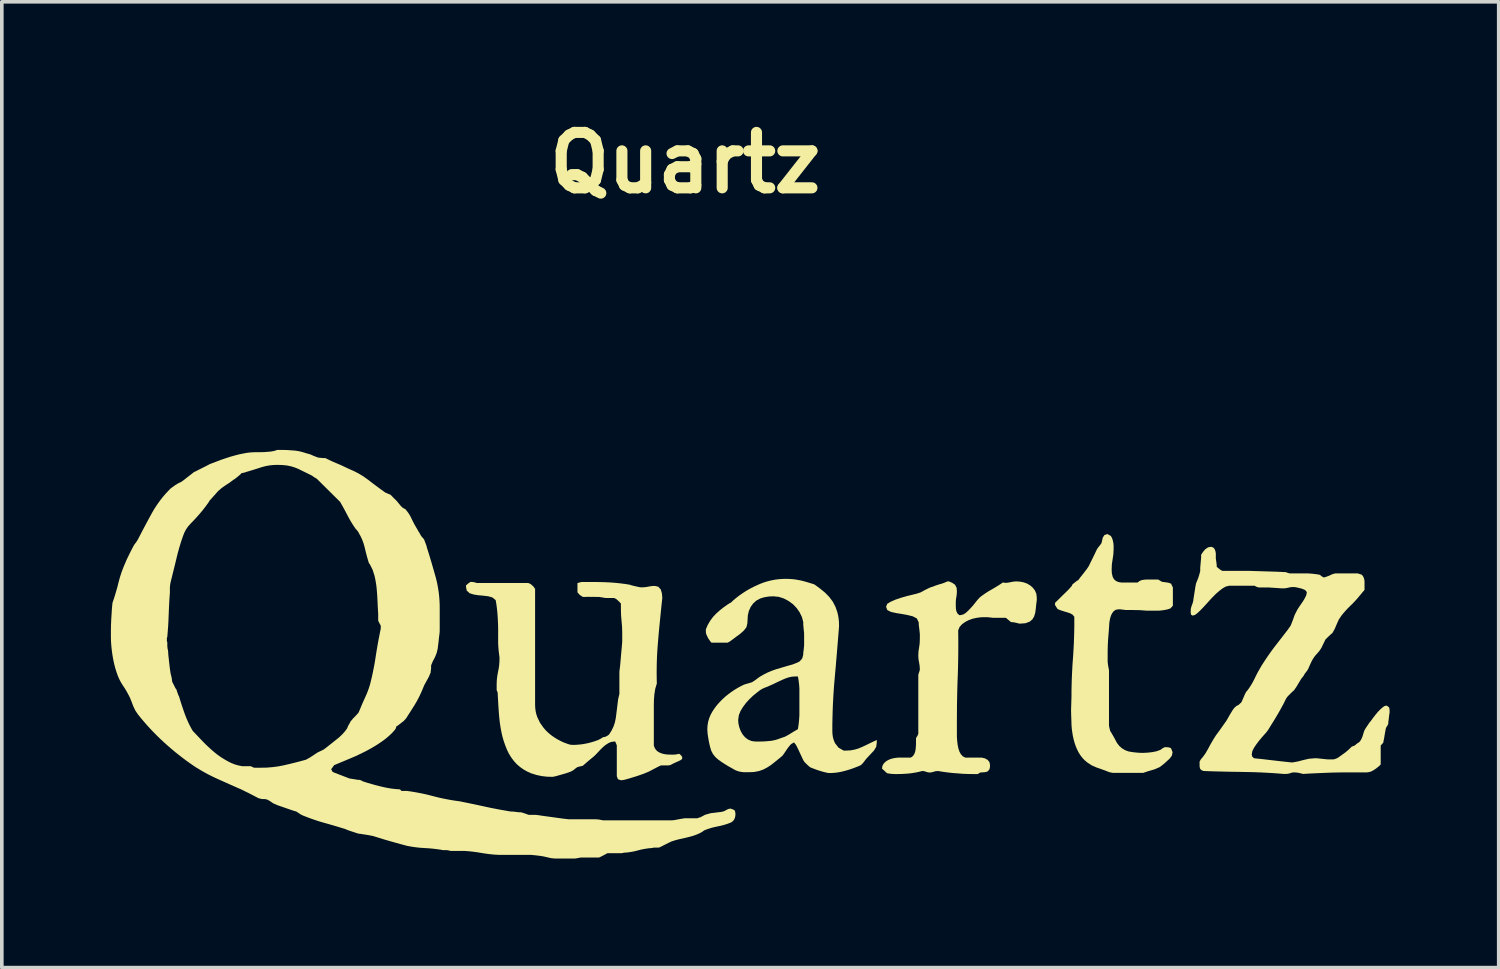
<source format=kicad_pcb>
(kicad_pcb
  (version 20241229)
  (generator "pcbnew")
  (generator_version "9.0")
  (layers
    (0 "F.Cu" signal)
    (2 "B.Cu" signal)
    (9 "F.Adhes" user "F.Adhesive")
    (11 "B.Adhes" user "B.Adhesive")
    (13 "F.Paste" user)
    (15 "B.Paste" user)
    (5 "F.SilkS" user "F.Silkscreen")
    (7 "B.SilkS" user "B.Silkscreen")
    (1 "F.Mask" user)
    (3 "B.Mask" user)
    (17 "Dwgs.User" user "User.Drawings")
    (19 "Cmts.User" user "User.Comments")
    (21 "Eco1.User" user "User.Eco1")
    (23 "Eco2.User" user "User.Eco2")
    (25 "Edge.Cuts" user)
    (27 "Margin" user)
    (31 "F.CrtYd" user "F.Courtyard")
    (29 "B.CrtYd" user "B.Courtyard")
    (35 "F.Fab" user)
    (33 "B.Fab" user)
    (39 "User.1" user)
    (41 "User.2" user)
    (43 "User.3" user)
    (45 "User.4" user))
  (footprint "Quartz"
    (layer "F.Cu")
    (at 15.794 17.286)
    (property "Reference" "Quartz" (at 0 -15.86 0) (layer "F.SilkS") (effects (font (size 1.524 1.524) (thickness 0.305))))
    (attr exclude_from_pos_files exclude_from_bom)
    (fp_poly (pts (xy 10.622 -1.2) (xy 10.622 -1.345) (xy 10.625 -1.49) (xy 10.629 -1.636) (xy 10.635 -1.781) (xy 10.642 -1.926) (xy 10.65 -2.071) (xy 10.661 -2.216) (xy 10.671 -2.361) (xy 10.679 -2.507) (xy 10.687 -2.653) (xy 10.692 -2.799) (xy 10.696 -2.947) (xy 10.699 -3.096) (xy 10.699 -3.246) (xy 10.699 -3.376) (xy 10.648 -3.436) (xy 10.578 -3.473) (xy 10.49 -3.501) (xy 10.398 -3.529) (xy 10.317 -3.555) (xy 10.239 -3.588) (xy 10.169 -3.698) (xy 10.169 -3.757) (xy 10.251 -3.838) (xy 10.374 -3.96) (xy 10.5 -4.082) (xy 10.542 -4.124) (xy 10.581 -4.169) (xy 10.625 -4.216) (xy 10.652 -4.27) (xy 10.679 -4.291) (xy 10.699 -4.306) (xy 10.747 -4.346) (xy 10.813 -4.389) (xy 10.865 -4.46) (xy 10.943 -4.558) (xy 11.018 -4.655) (xy 11.041 -4.684) (xy 11.062 -4.716) (xy 11.094 -4.763) (xy 11.119 -4.814) (xy 11.16 -4.897) (xy 11.202 -4.983) (xy 11.244 -5.068) (xy 11.284 -5.152) (xy 11.306 -5.2) (xy 11.331 -5.246) (xy 11.355 -5.28) (xy 11.382 -5.313) (xy 11.419 -5.361) (xy 11.432 -5.377) (xy 11.443 -5.395) (xy 11.455 -5.434) (xy 11.465 -5.474) (xy 11.473 -5.516) (xy 11.485 -5.557) (xy 11.528 -5.623) (xy 11.61 -5.65) (xy 11.705 -5.596) (xy 11.738 -5.536) (xy 11.759 -5.471) (xy 11.773 -5.402) (xy 11.78 -5.332) (xy 11.78 -5.234) (xy 11.773 -5.094) (xy 11.753 -4.956) (xy 11.732 -4.819) (xy 11.726 -4.68) (xy 11.731 -4.573) (xy 11.756 -4.468) (xy 11.792 -4.406) (xy 11.846 -4.358) (xy 11.92 -4.328) (xy 12 -4.316) (xy 12.102 -4.316) (xy 12.22 -4.316) (xy 12.44 -4.316) (xy 12.493 -4.359) (xy 12.557 -4.384) (xy 12.624 -4.395) (xy 12.691 -4.399) (xy 13.006 -4.399) (xy 13.111 -4.336) (xy 13.245 -4.319) (xy 13.303 -4.307) (xy 13.36 -4.285) (xy 13.41 -4.179) (xy 13.41 -3.679) (xy 13.343 -3.605) (xy 13.265 -3.579) (xy 13.185 -3.562) (xy 13.101 -3.55) (xy 13.016 -3.542) (xy 12.913 -3.542) (xy 12.818 -3.542) (xy 12.701 -3.542) (xy 12.501 -3.557) (xy 12.295 -3.561) (xy 12.185 -3.561) (xy 12.146 -3.561) (xy 12.107 -3.561) (xy 12.071 -3.567) (xy 12.036 -3.571) (xy 11.964 -3.579) (xy 11.925 -3.579) (xy 11.907 -3.579) (xy 11.839 -3.567) (xy 11.782 -3.529) (xy 11.739 -3.471) (xy 11.707 -3.407) (xy 11.685 -3.334) (xy 11.67 -3.259) (xy 11.661 -3.199) (xy 11.658 -3.137) (xy 11.647 -2.98) (xy 11.636 -2.844) (xy 11.627 -2.724) (xy 11.621 -2.606) (xy 11.617 -2.478) (xy 11.616 -2.34) (xy 11.616 -2.228) (xy 11.616 -2.132) (xy 11.631 -2.018) (xy 11.653 -1.906) (xy 11.653 -0.382) (xy 11.658 -0.349) (xy 11.666 -0.316) (xy 11.675 -0.281) (xy 11.682 -0.245) (xy 11.724 -0.174) (xy 11.783 -0.072) (xy 11.837 0.027) (xy 11.854 0.061) (xy 11.873 0.094) (xy 11.934 0.175) (xy 12.01 0.242) (xy 12.097 0.294) (xy 12.193 0.329) (xy 12.292 0.346) (xy 12.392 0.358) (xy 12.492 0.366) (xy 12.593 0.368) (xy 12.712 0.362) (xy 12.831 0.349) (xy 12.952 0.326) (xy 13.068 0.285) (xy 13.096 0.263) (xy 13.126 0.243) (xy 13.182 0.212) (xy 13.209 0.212) (xy 13.248 0.212) (xy 13.305 0.218) (xy 13.358 0.239) (xy 13.402 0.349) (xy 13.383 0.442) (xy 13.328 0.519) (xy 13.182 0.654) (xy 13.052 0.757) (xy 12.899 0.823) (xy 12.745 0.867) (xy 12.593 0.918) (xy 11.771 0.918) (xy 11.736 0.914) (xy 11.7 0.906) (xy 11.654 0.896) (xy 11.61 0.878) (xy 11.449 0.818) (xy 11.309 0.769) (xy 11.173 0.709) (xy 11.05 0.627) (xy 10.98 0.567) (xy 10.917 0.5) (xy 10.861 0.426) (xy 10.813 0.348) (xy 10.771 0.262) (xy 10.734 0.173) (xy 10.704 0.083) (xy 10.679 -0.01) (xy 10.658 -0.108) (xy 10.642 -0.207) (xy 10.629 -0.306) (xy 10.622 -0.406) (xy 10.618 -0.541) (xy 10.613 -0.674) (xy 10.61 -0.802) (xy 10.622 -1.2)) (stroke (width 0) (type solid)) (fill yes) (layer "F.SilkS"))
    (fp_poly (pts (xy 5.411 0.8) (xy 5.422 0.725) (xy 5.459 0.659) (xy 5.512 0.608) (xy 5.574 0.568) (xy 5.645 0.537) (xy 5.719 0.517) (xy 5.791 0.505) (xy 5.863 0.497) (xy 6.202 0.497) (xy 6.258 0.459) (xy 6.297 0.403) (xy 6.323 0.336) (xy 6.336 0.265) (xy 6.343 0.185) (xy 6.346 0.105) (xy 6.346 -0.033) (xy 6.358 -0.057) (xy 6.37 -0.081) (xy 6.388 -0.105) (xy 6.409 -0.159) (xy 6.41 -0.186) (xy 6.409 -0.213) (xy 6.409 -1.773) (xy 6.417 -1.811) (xy 6.431 -1.849) (xy 6.443 -1.885) (xy 6.451 -1.922) (xy 6.451 -1.945) (xy 6.445 -2.03) (xy 6.431 -2.115) (xy 6.414 -2.21) (xy 6.409 -2.306) (xy 6.414 -2.418) (xy 6.431 -2.529) (xy 6.446 -2.637) (xy 6.451 -2.746) (xy 6.451 -2.805) (xy 6.452 -2.855) (xy 6.451 -2.904) (xy 6.437 -3.034) (xy 6.422 -3.154) (xy 6.421 -3.186) (xy 6.422 -3.217) (xy 6.37 -3.328) (xy 6.261 -3.386) (xy 6.109 -3.424) (xy 5.955 -3.452) (xy 5.806 -3.476) (xy 5.658 -3.508) (xy 5.557 -3.559) (xy 5.523 -3.649) (xy 5.554 -3.73) (xy 5.648 -3.788) (xy 5.789 -3.849) (xy 5.934 -3.898) (xy 6.093 -3.943) (xy 6.249 -3.982) (xy 6.358 -4.008) (xy 6.464 -4.042) (xy 6.519 -4.07) (xy 6.562 -4.095) (xy 6.607 -4.118) (xy 6.7 -4.164) (xy 6.762 -4.191) (xy 6.806 -4.202) (xy 6.896 -4.238) (xy 6.981 -4.265) (xy 7.005 -4.273) (xy 7.03 -4.277) (xy 7.115 -4.307) (xy 7.174 -4.331) (xy 7.192 -4.339) (xy 7.21 -4.348) (xy 7.25 -4.348) (xy 7.339 -4.31) (xy 7.419 -4.257) (xy 7.464 -4.168) (xy 7.47 -4.069) (xy 7.466 -3.993) (xy 7.455 -3.918) (xy 7.444 -3.848) (xy 7.44 -3.777) (xy 7.44 -3.671) (xy 7.443 -3.6) (xy 7.455 -3.53) (xy 7.485 -3.468) (xy 7.535 -3.42) (xy 7.565 -3.42) (xy 7.643 -3.437) (xy 7.711 -3.479) (xy 7.786 -3.547) (xy 7.856 -3.62) (xy 7.926 -3.7) (xy 7.99 -3.781) (xy 8.043 -3.846) (xy 8.1 -3.908) (xy 8.174 -3.965) (xy 8.251 -4.018) (xy 8.329 -4.069) (xy 8.41 -4.116) (xy 8.518 -4.179) (xy 8.627 -4.246) (xy 8.737 -4.319) (xy 8.798 -4.307) (xy 8.875 -4.313) (xy 8.952 -4.328) (xy 9.028 -4.342) (xy 9.106 -4.348) (xy 9.205 -4.341) (xy 9.302 -4.323) (xy 9.398 -4.289) (xy 9.485 -4.238) (xy 9.558 -4.175) (xy 9.616 -4.099) (xy 9.655 -4.007) (xy 9.667 -3.908) (xy 9.667 -3.832) (xy 9.651 -3.706) (xy 9.639 -3.589) (xy 9.625 -3.485) (xy 9.595 -3.385) (xy 9.547 -3.304) (xy 9.475 -3.242) (xy 9.355 -3.197) (xy 9.226 -3.188) (xy 9.179 -3.188) (xy 9.125 -3.203) (xy 9.054 -3.219) (xy 8.991 -3.227) (xy 8.957 -3.227) (xy 8.932 -3.251) (xy 8.886 -3.288) (xy 8.842 -3.327) (xy 8.815 -3.346) (xy 8.505 -3.346) (xy 8.464 -3.346) (xy 8.383 -3.356) (xy 8.3 -3.364) (xy 8.256 -3.364) (xy 8.22 -3.364) (xy 8.12 -3.36) (xy 8.021 -3.347) (xy 7.909 -3.323) (xy 7.802 -3.285) (xy 7.703 -3.235) (xy 7.613 -3.171) (xy 7.545 -3.096) (xy 7.506 -3.002) (xy 7.508 -2.844) (xy 7.509 -2.687) (xy 7.509 -2.53) (xy 7.508 -2.373) (xy 7.506 -2.216) (xy 7.503 -2.06) (xy 7.499 -1.903) (xy 7.494 -1.747) (xy 7.488 -1.591) (xy 7.483 -1.434) (xy 7.479 -1.277) (xy 7.476 -1.12) (xy 7.473 -0.963) (xy 7.472 -0.806) (xy 7.471 -0.648) (xy 7.47 -0.491) (xy 7.47 -0.35) (xy 7.47 -0.26) (xy 7.47 -0.164) (xy 7.471 -0.061) (xy 7.479 0.046) (xy 7.491 0.146) (xy 7.511 0.244) (xy 7.538 0.328) (xy 7.58 0.405) (xy 7.633 0.463) (xy 7.702 0.498) (xy 7.745 0.499) (xy 7.789 0.498) (xy 7.927 0.498) (xy 8.065 0.498) (xy 8.106 0.499) (xy 8.148 0.498) (xy 8.237 0.517) (xy 8.317 0.561) (xy 8.366 0.623) (xy 8.381 0.7) (xy 8.379 0.763) (xy 8.364 0.825) (xy 8.31 0.881) (xy 8.268 0.894) (xy 8.224 0.9) (xy 8.114 0.908) (xy 8.093 0.919) (xy 8.073 0.932) (xy 8.058 0.942) (xy 8.043 0.95) (xy 8.019 0.95) (xy 7.896 0.95) (xy 7.767 0.948) (xy 7.633 0.943) (xy 7.496 0.932) (xy 7.36 0.922) (xy 7.224 0.907) (xy 7.089 0.889) (xy 6.954 0.867) (xy 6.942 0.867) (xy 6.884 0.872) (xy 6.829 0.888) (xy 6.776 0.903) (xy 6.722 0.908) (xy 6.672 0.903) (xy 6.624 0.888) (xy 6.578 0.873) (xy 6.53 0.867) (xy 6.514 0.867) (xy 6.43 0.889) (xy 6.346 0.906) (xy 6.26 0.921) (xy 6.175 0.932) (xy 6.09 0.94) (xy 6.006 0.945) (xy 5.921 0.949) (xy 5.836 0.95) (xy 5.752 0.95) (xy 5.65 0.944) (xy 5.55 0.927) (xy 5.411 0.8)) (stroke (width 0) (type solid)) (fill yes) (layer "F.SilkS"))
    (fp_poly (pts (xy -1.882 1.011) (xy -1.882 0.276) (xy -1.882 0.229) (xy -1.882 0.163) (xy -1.894 0.129) (xy -1.909 0.097) (xy -1.924 0.056) (xy -1.953 0.056) (xy -2.037 0.067) (xy -2.114 0.1) (xy -2.192 0.151) (xy -2.263 0.21) (xy -2.332 0.278) (xy -2.397 0.348) (xy -2.454 0.408) (xy -2.514 0.466) (xy -2.585 0.524) (xy -2.68 0.603) (xy -2.766 0.678) (xy -2.788 0.697) (xy -2.81 0.717) (xy -2.84 0.729) (xy -2.891 0.74) (xy -2.959 0.757) (xy -3 0.782) (xy -3.037 0.812) (xy -3.074 0.841) (xy -3.115 0.866) (xy -3.16 0.887) (xy -3.206 0.905) (xy -3.286 0.931) (xy -3.376 0.957) (xy -3.464 0.982) (xy -3.545 1.005) (xy -3.597 1.018) (xy -3.65 1.027) (xy -3.799 1.023) (xy -3.947 1.006) (xy -4.093 0.975) (xy -4.236 0.93) (xy -4.346 0.881) (xy -4.45 0.822) (xy -4.548 0.752) (xy -4.639 0.673) (xy -4.718 0.584) (xy -4.789 0.488) (xy -4.851 0.387) (xy -4.903 0.28) (xy -4.95 0.162) (xy -4.992 0.042) (xy -5.027 -0.079) (xy -5.055 -0.203) (xy -5.08 -0.337) (xy -5.1 -0.472) (xy -5.115 -0.607) (xy -5.126 -0.743) (xy -5.136 -0.882) (xy -5.144 -1.021) (xy -5.152 -1.159) (xy -5.159 -1.295) (xy -5.176 -1.33) (xy -5.186 -1.368) (xy -5.186 -1.444) (xy -5.186 -1.529) (xy -5.183 -1.614) (xy -5.175 -1.699) (xy -5.163 -1.784) (xy -5.147 -1.867) (xy -5.13 -1.951) (xy -5.118 -2.036) (xy -5.111 -2.121) (xy -5.108 -2.206) (xy -5.108 -2.238) (xy -5.108 -2.26) (xy -5.121 -2.356) (xy -5.132 -2.453) (xy -5.14 -2.549) (xy -5.145 -2.646) (xy -5.145 -2.777) (xy -5.145 -2.908) (xy -5.145 -3.039) (xy -5.148 -3.17) (xy -5.154 -3.302) (xy -5.162 -3.435) (xy -5.171 -3.535) (xy -5.182 -3.634) (xy -5.196 -3.733) (xy -5.213 -3.832) (xy -5.303 -3.906) (xy -5.416 -3.938) (xy -5.553 -3.955) (xy -5.69 -3.967) (xy -5.811 -3.986) (xy -5.927 -4.021) (xy -6.009 -4.094) (xy -6.029 -4.201) (xy -6.029 -4.238) (xy -6.001 -4.261) (xy -5.975 -4.285) (xy -5.91 -4.333) (xy -5.875 -4.333) (xy -5.837 -4.33) (xy -5.8 -4.324) (xy -5.731 -4.304) (xy -4.32 -4.304) (xy -4.281 -4.289) (xy -4.243 -4.268) (xy -4.208 -4.238) (xy -4.175 -4.206) (xy -4.129 -4.143) (xy -4.129 -0.951) (xy -4.125 -0.865) (xy -4.114 -0.779) (xy -4.095 -0.695) (xy -4.068 -0.613) (xy -3.995 -0.462) (xy -3.899 -0.325) (xy -3.843 -0.26) (xy -3.783 -0.2) (xy -3.719 -0.144) (xy -3.652 -0.093) (xy -3.58 -0.045) (xy -3.506 -0.000183) (xy -3.43 0.04) (xy -3.352 0.077) (xy -3.235 0.121) (xy -3.175 0.14) (xy -3.113 0.148) (xy -3.023 0.147) (xy -2.934 0.141) (xy -2.844 0.132) (xy -2.756 0.117) (xy -2.664 0.098) (xy -2.573 0.074) (xy -2.483 0.046) (xy -2.395 0.014) (xy -2.324 -0.022) (xy -2.258 -0.064) (xy -2.225 -0.068) (xy -2.192 -0.076) (xy -2.139 -0.105) (xy -2.121 -0.116) (xy -2.109 -0.127) (xy -2.097 -0.135) (xy -2.029 -0.24) (xy -1.974 -0.353) (xy -1.934 -0.471) (xy -1.909 -0.594) (xy -1.893 -0.721) (xy -1.877 -0.848) (xy -1.862 -0.975) (xy -1.846 -1.102) (xy -1.837 -1.145) (xy -1.826 -1.188) (xy -1.811 -1.251) (xy -1.81 -1.271) (xy -1.811 -1.292) (xy -1.811 -1.867) (xy -1.792 -2.021) (xy -1.78 -2.147) (xy -1.769 -2.281) (xy -1.757 -2.414) (xy -1.745 -2.54) (xy -1.733 -2.689) (xy -1.733 -2.944) (xy -1.738 -3.104) (xy -1.752 -3.263) (xy -1.765 -3.419) (xy -1.769 -3.576) (xy -1.769 -3.65) (xy -1.77 -3.694) (xy -1.769 -3.737) (xy -1.811 -3.784) (xy -1.857 -3.828) (xy -1.903 -3.867) (xy -1.958 -3.891) (xy -2.178 -3.891) (xy -2.229 -3.897) (xy -2.28 -3.906) (xy -2.37 -3.921) (xy -2.458 -3.921) (xy -2.526 -3.923) (xy -2.595 -3.921) (xy -2.663 -3.924) (xy -2.732 -3.921) (xy -2.815 -3.921) (xy -2.859 -3.947) (xy -2.901 -3.976) (xy -2.964 -4.047) (xy -2.964 -4.302) (xy -2.857 -4.331) (xy -2.744 -4.331) (xy -2.595 -4.331) (xy -2.465 -4.331) (xy -2.33 -4.329) (xy -2.193 -4.325) (xy -2.056 -4.318) (xy -1.921 -4.308) (xy -1.786 -4.294) (xy -1.652 -4.277) (xy -1.518 -4.255) (xy -1.49 -4.244) (xy -1.462 -4.236) (xy -1.366 -4.213) (xy -1.271 -4.192) (xy -1.243 -4.187) (xy -1.215 -4.184) (xy -1.196 -4.184) (xy -1.103 -4.189) (xy -1.012 -4.204) (xy -0.927 -4.219) (xy -0.842 -4.224) (xy -0.742 -4.202) (xy -0.673 -4.126) (xy -0.642 -4.02) (xy -0.632 -3.91) (xy -0.632 -3.879) (xy -0.651 -3.708) (xy -0.668 -3.539) (xy -0.685 -3.371) (xy -0.702 -3.204) (xy -0.718 -3.039) (xy -0.733 -2.875) (xy -0.747 -2.712) (xy -0.759 -2.566) (xy -0.769 -2.42) (xy -0.777 -2.273) (xy -0.782 -2.127) (xy -0.785 -1.98) (xy -0.786 -1.834) (xy -0.785 -1.687) (xy -0.781 -1.541) (xy -0.825 -1.394) (xy -0.849 -1.243) (xy -0.861 -1.085) (xy -0.864 -0.921) (xy -0.864 -0.777) (xy -0.864 -0.65) (xy -0.864 -0.522) (xy -0.864 -0.403) (xy -0.864 0.165) (xy -0.841 0.231) (xy -0.802 0.29) (xy -0.753 0.333) (xy -0.697 0.364) (xy -0.634 0.388) (xy -0.57 0.403) (xy -0.503 0.412) (xy -0.436 0.415) (xy -0.361 0.417) (xy -0.287 0.415) (xy -0.226 0.406) (xy -0.167 0.393) (xy -0.142 0.411) (xy -0.119 0.432) (xy -0.1 0.457) (xy -0.084 0.483) (xy -0.083 0.504) (xy -0.084 0.525) (xy -0.106 0.554) (xy -0.136 0.572) (xy -0.168 0.588) (xy -0.26 0.629) (xy -0.35 0.671) (xy -0.409 0.703) (xy -0.46 0.712) (xy -0.543 0.712) (xy -0.624 0.712) (xy -0.664 0.712) (xy -0.7 0.727) (xy -0.736 0.744) (xy -0.856 0.806) (xy -0.974 0.869) (xy -1.01 0.886) (xy -1.045 0.901) (xy -1.121 0.933) (xy -1.198 0.961) (xy -1.304 0.998) (xy -1.415 1.033) (xy -1.626 1.096) (xy -1.696 1.113) (xy -1.767 1.121) (xy -1.85 1.093) (xy -1.882 1.011)) (stroke (width 0) (type solid)) (fill yes) (layer "F.SilkS"))
    (fp_poly (pts (xy 0.607 -0.284) (xy 1.454 -0.547) (xy 1.463 -0.438) (xy 1.488 -0.331) (xy 1.526 -0.231) (xy 1.579 -0.138) (xy 1.646 -0.06) (xy 1.728 0.002) (xy 1.829 0.044) (xy 1.936 0.056) (xy 2.052 0.056) (xy 2.169 0.053) (xy 2.285 0.044) (xy 2.37 0.035) (xy 2.454 0.019) (xy 2.536 -0.004) (xy 2.615 -0.033) (xy 2.745 -0.078) (xy 2.864 -0.144) (xy 2.98 -0.216) (xy 3.098 -0.284) (xy 3.113 -0.38) (xy 3.125 -0.476) (xy 3.133 -0.573) (xy 3.139 -0.67) (xy 3.139 -0.786) (xy 3.139 -0.912) (xy 3.139 -1.046) (xy 3.139 -1.175) (xy 3.139 -1.288) (xy 3.139 -1.395) (xy 3.134 -1.48) (xy 3.125 -1.565) (xy 3.113 -1.65) (xy 3.098 -1.734) (xy 3.025 -1.734) (xy 2.93 -1.727) (xy 2.836 -1.706) (xy 2.75 -1.676) (xy 2.666 -1.64) (xy 2.581 -1.601) (xy 2.497 -1.561) (xy 2.413 -1.52) (xy 2.328 -1.483) (xy 2.261 -1.452) (xy 2.192 -1.427) (xy 2.123 -1.396) (xy 2.058 -1.358) (xy 1.966 -1.286) (xy 1.865 -1.204) (xy 1.765 -1.109) (xy 1.672 -1.007) (xy 1.591 -0.899) (xy 1.52 -0.784) (xy 1.474 -0.669) (xy 1.457 -0.547) (xy 1.454 -0.547) (xy 0.607 -0.284) (xy 0.613 -0.387) (xy 0.63 -0.488) (xy 0.659 -0.587) (xy 0.699 -0.682) (xy 0.749 -0.773) (xy 0.807 -0.86) (xy 0.87 -0.943) (xy 0.939 -1.021) (xy 1.015 -1.099) (xy 1.095 -1.173) (xy 1.18 -1.242) (xy 1.268 -1.307) (xy 1.352 -1.364) (xy 1.438 -1.416) (xy 1.527 -1.465) (xy 1.618 -1.51) (xy 1.638 -1.515) (xy 1.657 -1.522) (xy 1.725 -1.542) (xy 1.76 -1.551) (xy 1.794 -1.563) (xy 1.838 -1.574) (xy 1.857 -1.589) (xy 1.877 -1.601) (xy 1.947 -1.649) (xy 2.014 -1.7) (xy 2.058 -1.73) (xy 2.162 -1.79) (xy 2.27 -1.844) (xy 2.38 -1.89) (xy 2.494 -1.93) (xy 2.656 -1.978) (xy 2.808 -2.023) (xy 2.954 -2.064) (xy 3.051 -2.102) (xy 3.146 -2.147) (xy 3.216 -2.228) (xy 3.245 -2.331) (xy 3.245 -2.377) (xy 3.257 -2.468) (xy 3.269 -2.579) (xy 3.269 -2.665) (xy 3.269 -2.714) (xy 3.269 -2.855) (xy 3.268 -2.94) (xy 3.257 -3.024) (xy 3.245 -3.164) (xy 3.245 -3.23) (xy 3.209 -3.367) (xy 3.147 -3.495) (xy 3.063 -3.616) (xy 2.961 -3.722) (xy 2.841 -3.809) (xy 2.71 -3.879) (xy 2.57 -3.923) (xy 2.424 -3.938) (xy 2.297 -3.932) (xy 2.172 -3.911) (xy 2.06 -3.877) (xy 1.957 -3.821) (xy 1.871 -3.745) (xy 1.803 -3.652) (xy 1.749 -3.536) (xy 1.721 -3.412) (xy 1.715 -3.304) (xy 1.708 -3.192) (xy 1.682 -3.086) (xy 1.615 -3) (xy 1.562 -2.951) (xy 1.526 -2.919) (xy 1.488 -2.888) (xy 1.418 -2.838) (xy 1.4 -2.825) (xy 1.383 -2.811) (xy 1.256 -2.717) (xy 1.211 -2.686) (xy 1.163 -2.662) (xy 0.722 -2.662) (xy 0.683 -2.706) (xy 0.659 -2.744) (xy 0.633 -2.78) (xy 0.582 -2.885) (xy 0.568 -2.936) (xy 0.567 -2.988) (xy 0.567 -3.031) (xy 0.619 -3.152) (xy 0.686 -3.266) (xy 0.765 -3.372) (xy 0.856 -3.468) (xy 0.954 -3.555) (xy 1.057 -3.636) (xy 1.164 -3.712) (xy 1.276 -3.781) (xy 1.293 -3.801) (xy 1.317 -3.823) (xy 1.393 -3.887) (xy 1.471 -3.948) (xy 1.552 -4.006) (xy 1.635 -4.061) (xy 1.72 -4.113) (xy 1.807 -4.161) (xy 1.895 -4.206) (xy 1.986 -4.248) (xy 2.077 -4.287) (xy 2.171 -4.322) (xy 2.266 -4.351) (xy 2.363 -4.375) (xy 2.461 -4.394) (xy 2.56 -4.407) (xy 2.66 -4.415) (xy 2.759 -4.418) (xy 2.872 -4.415) (xy 2.985 -4.406) (xy 3.079 -4.392) (xy 3.168 -4.375) (xy 3.253 -4.355) (xy 3.337 -4.331) (xy 3.545 -4.268) (xy 3.623 -4.213) (xy 3.7 -4.156) (xy 3.775 -4.096) (xy 3.848 -4.035) (xy 3.96 -3.92) (xy 4.057 -3.791) (xy 4.131 -3.649) (xy 4.184 -3.498) (xy 4.204 -3.409) (xy 4.219 -3.318) (xy 4.227 -3.227) (xy 4.229 -3.136) (xy 4.229 -3.112) (xy 4.217 -2.953) (xy 4.204 -2.794) (xy 4.191 -2.635) (xy 4.178 -2.476) (xy 4.165 -2.316) (xy 4.151 -2.156) (xy 4.138 -1.996) (xy 4.123 -1.835) (xy 4.109 -1.674) (xy 4.095 -1.514) (xy 4.083 -1.353) (xy 4.073 -1.193) (xy 4.064 -1.034) (xy 4.057 -0.875) (xy 4.052 -0.716) (xy 4.048 -0.557) (xy 4.045 -0.399) (xy 4.045 -0.242) (xy 4.048 -0.155) (xy 4.06 -0.068) (xy 4.083 0.016) (xy 4.116 0.097) (xy 4.216 0.225) (xy 4.356 0.305) (xy 4.429 0.305) (xy 4.544 0.299) (xy 4.658 0.278) (xy 4.76 0.248) (xy 4.859 0.207) (xy 4.958 0.161) (xy 5.059 0.112) (xy 5.162 0.062) (xy 5.267 0.014) (xy 5.267 0.085) (xy 5.252 0.2) (xy 5.193 0.3) (xy 5.035 0.469) (xy 5.006 0.5) (xy 4.981 0.527) (xy 4.957 0.556) (xy 4.913 0.615) (xy 4.886 0.649) (xy 4.85 0.687) (xy 4.807 0.717) (xy 4.697 0.761) (xy 4.614 0.793) (xy 4.529 0.822) (xy 4.444 0.848) (xy 4.358 0.871) (xy 4.269 0.892) (xy 4.179 0.908) (xy 4.088 0.918) (xy 3.997 0.922) (xy 3.938 0.922) (xy 3.879 0.91) (xy 3.782 0.886) (xy 3.647 0.845) (xy 3.515 0.796) (xy 3.473 0.78) (xy 3.432 0.761) (xy 3.392 0.728) (xy 3.354 0.693) (xy 3.278 0.618) (xy 3.243 0.562) (xy 3.215 0.502) (xy 3.13 0.32) (xy 3.088 0.231) (xy 3.047 0.151) (xy 2.991 0.08) (xy 2.908 0.129) (xy 2.858 0.186) (xy 2.812 0.246) (xy 2.724 0.376) (xy 2.691 0.424) (xy 2.651 0.466) (xy 2.443 0.635) (xy 2.348 0.709) (xy 2.246 0.774) (xy 2.141 0.828) (xy 2.03 0.867) (xy 1.895 0.893) (xy 1.759 0.9) (xy 1.613 0.9) (xy 1.554 0.893) (xy 1.496 0.884) (xy 1.442 0.869) (xy 1.39 0.849) (xy 1.329 0.817) (xy 1.271 0.783) (xy 1.176 0.73) (xy 1.084 0.673) (xy 0.993 0.614) (xy 0.905 0.551) (xy 0.826 0.48) (xy 0.76 0.396) (xy 0.712 0.301) (xy 0.682 0.199) (xy 0.653 0.074) (xy 0.631 -0.052) (xy 0.614 -0.168) (xy 0.607 -0.284)) (stroke (width 0) (type solid)) (fill yes) (layer "F.SilkS"))
    (fp_poly (pts (xy 14.25 0.866) (xy 14.202 0.845) (xy 14.162 0.812) (xy 14.146 0.756) (xy 14.144 0.698) (xy 14.144 0.61) (xy 14.171 0.559) (xy 14.194 0.526) (xy 14.222 0.497) (xy 14.305 0.383) (xy 14.376 0.261) (xy 14.44 0.141) (xy 14.513 0.014) (xy 14.593 -0.113) (xy 14.682 -0.233) (xy 14.852 -0.474) (xy 14.881 -0.515) (xy 14.906 -0.558) (xy 14.972 -0.674) (xy 15.043 -0.792) (xy 15.076 -0.841) (xy 15.114 -0.885) (xy 15.161 -0.924) (xy 15.216 -0.951) (xy 15.293 -1.022) (xy 15.317 -1.073) (xy 15.353 -1.156) (xy 15.388 -1.239) (xy 15.399 -1.262) (xy 15.412 -1.283) (xy 15.424 -1.314) (xy 15.441 -1.325) (xy 15.503 -1.409) (xy 15.56 -1.496) (xy 15.612 -1.586) (xy 15.659 -1.679) (xy 15.704 -1.771) (xy 15.751 -1.861) (xy 15.801 -1.949) (xy 15.852 -2.037) (xy 15.934 -2.163) (xy 16.018 -2.289) (xy 16.104 -2.411) (xy 16.191 -2.529) (xy 16.563 -3.009) (xy 16.65 -3.134) (xy 16.706 -3.276) (xy 16.759 -3.426) (xy 16.831 -3.567) (xy 16.897 -3.669) (xy 16.983 -3.794) (xy 17.024 -3.86) (xy 17.06 -3.928) (xy 17.084 -3.99) (xy 17.093 -4.055) (xy 17.048 -4.109) (xy 16.997 -4.132) (xy 16.944 -4.152) (xy 16.823 -4.18) (xy 16.776 -4.189) (xy 16.729 -4.192) (xy 16.682 -4.192) (xy 16.633 -4.186) (xy 16.584 -4.175) (xy 16.533 -4.164) (xy 16.481 -4.157) (xy 16.391 -4.157) (xy 16.221 -4.169) (xy 16.052 -4.18) (xy 15.95 -4.18) (xy 15.91 -4.182) (xy 15.869 -4.18) (xy 15.807 -4.18) (xy 15.772 -4.182) (xy 15.739 -4.189) (xy 15.697 -4.205) (xy 15.659 -4.228) (xy 14.95 -4.228) (xy 14.86 -4.204) (xy 14.78 -4.158) (xy 14.685 -4.086) (xy 14.596 -4.008) (xy 14.501 -3.913) (xy 14.406 -3.811) (xy 14.314 -3.709) (xy 14.227 -3.615) (xy 14.152 -3.538) (xy 14.073 -3.466) (xy 14.018 -3.426) (xy 13.954 -3.407) (xy 13.912 -3.43) (xy 13.9 -3.478) (xy 13.9 -3.513) (xy 13.9 -3.53) (xy 13.905 -3.606) (xy 13.927 -3.679) (xy 13.953 -3.747) (xy 13.971 -3.816) (xy 13.975 -3.861) (xy 13.983 -3.906) (xy 14.007 -4.059) (xy 14.03 -4.209) (xy 14.049 -4.299) (xy 14.064 -4.335) (xy 14.078 -4.37) (xy 14.092 -4.403) (xy 14.105 -4.436) (xy 14.132 -4.519) (xy 14.152 -4.594) (xy 14.158 -4.615) (xy 14.162 -4.638) (xy 14.162 -4.724) (xy 14.174 -4.858) (xy 14.186 -4.992) (xy 14.187 -5.035) (xy 14.186 -5.078) (xy 14.238 -5.158) (xy 14.299 -5.23) (xy 14.376 -5.284) (xy 14.469 -5.3) (xy 14.535 -5.269) (xy 14.557 -5.235) (xy 14.574 -5.198) (xy 14.585 -5.155) (xy 14.591 -5.112) (xy 14.591 -5.037) (xy 14.59 -5.008) (xy 14.591 -4.978) (xy 14.603 -4.892) (xy 14.614 -4.809) (xy 14.616 -4.78) (xy 14.614 -4.751) (xy 14.652 -4.717) (xy 14.692 -4.685) (xy 14.729 -4.659) (xy 14.769 -4.638) (xy 15.216 -4.638) (xy 15.478 -4.638) (xy 15.871 -4.626) (xy 16.264 -4.614) (xy 16.519 -4.602) (xy 16.547 -4.59) (xy 16.575 -4.58) (xy 16.606 -4.572) (xy 16.638 -4.567) (xy 17.049 -4.567) (xy 17.129 -4.567) (xy 17.251 -4.558) (xy 17.373 -4.543) (xy 17.454 -4.528) (xy 17.505 -4.485) (xy 17.535 -4.468) (xy 17.568 -4.456) (xy 17.6 -4.465) (xy 17.656 -4.485) (xy 17.717 -4.509) (xy 17.757 -4.528) (xy 17.788 -4.543) (xy 17.835 -4.558) (xy 17.879 -4.567) (xy 17.906 -4.567) (xy 18.496 -4.567) (xy 18.601 -4.533) (xy 18.633 -4.498) (xy 18.656 -4.456) (xy 18.672 -4.406) (xy 18.68 -4.355) (xy 18.68 -4.257) (xy 18.68 -4.113) (xy 18.619 -4.042) (xy 18.57 -3.982) (xy 18.549 -3.96) (xy 18.531 -3.935) (xy 18.472 -3.866) (xy 18.411 -3.799) (xy 18.349 -3.734) (xy 18.284 -3.671) (xy 18.222 -3.609) (xy 18.162 -3.545) (xy 18.104 -3.479) (xy 18.049 -3.412) (xy 17.971 -3.296) (xy 17.915 -3.17) (xy 17.861 -3.042) (xy 17.793 -2.922) (xy 17.77 -2.908) (xy 17.751 -2.89) (xy 17.688 -2.831) (xy 17.629 -2.773) (xy 17.601 -2.744) (xy 17.581 -2.699) (xy 17.546 -2.628) (xy 17.51 -2.553) (xy 17.501 -2.532) (xy 17.49 -2.513) (xy 17.438 -2.435) (xy 17.376 -2.363) (xy 17.318 -2.298) (xy 17.268 -2.226) (xy 17.232 -2.164) (xy 17.185 -2.065) (xy 17.144 -1.971) (xy 17.134 -1.946) (xy 17.121 -1.923) (xy 17.092 -1.88) (xy 17.06 -1.839) (xy 17.032 -1.803) (xy 17.012 -1.762) (xy 16.937 -1.665) (xy 16.873 -1.559) (xy 16.81 -1.453) (xy 16.74 -1.351) (xy 16.706 -1.324) (xy 16.646 -1.265) (xy 16.584 -1.202) (xy 16.565 -1.183) (xy 16.548 -1.161) (xy 16.525 -1.127) (xy 16.489 -1.056) (xy 16.453 -0.982) (xy 16.443 -0.961) (xy 16.43 -0.941) (xy 16.371 -0.831) (xy 16.307 -0.719) (xy 16.238 -0.602) (xy 16.168 -0.487) (xy 16.098 -0.375) (xy 16.03 -0.264) (xy 15.976 -0.193) (xy 15.917 -0.127) (xy 15.841 -0.04) (xy 15.766 0.051) (xy 15.697 0.144) (xy 15.634 0.239) (xy 15.595 0.32) (xy 15.578 0.408) (xy 15.59 0.466) (xy 15.617 0.495) (xy 15.649 0.517) (xy 15.849 0.537) (xy 16.155 0.573) (xy 16.462 0.608) (xy 16.667 0.63) (xy 16.709 0.63) (xy 16.856 0.602) (xy 17 0.564) (xy 17.148 0.53) (xy 17.298 0.517) (xy 17.378 0.517) (xy 17.519 0.532) (xy 17.664 0.547) (xy 17.751 0.547) (xy 17.822 0.547) (xy 17.849 0.542) (xy 17.876 0.534) (xy 17.942 0.507) (xy 18.06 0.422) (xy 18.159 0.351) (xy 18.242 0.28) (xy 18.328 0.197) (xy 18.411 0.165) (xy 18.45 0.131) (xy 18.492 0.099) (xy 18.519 0.083) (xy 18.554 0.052) (xy 18.58 0.012) (xy 18.606 -0.037) (xy 18.626 -0.089) (xy 18.658 -0.196) (xy 18.674 -0.242) (xy 18.697 -0.286) (xy 18.729 -0.337) (xy 18.775 -0.404) (xy 18.819 -0.47) (xy 18.851 -0.506) (xy 18.929 -0.613) (xy 18.985 -0.684) (xy 19.046 -0.757) (xy 19.107 -0.821) (xy 19.173 -0.88) (xy 19.223 -0.916) (xy 19.281 -0.934) (xy 19.352 -0.89) (xy 19.365 -0.845) (xy 19.369 -0.797) (xy 19.369 -0.738) (xy 19.357 -0.66) (xy 19.346 -0.565) (xy 19.334 -0.479) (xy 19.334 -0.435) (xy 19.319 -0.399) (xy 19.298 -0.365) (xy 19.275 -0.328) (xy 19.261 -0.286) (xy 19.257 -0.25) (xy 19.249 -0.215) (xy 19.229 -0.098) (xy 19.22 -0.04) (xy 19.208 0.017) (xy 19.201 0.05) (xy 19.197 0.083) (xy 19.166 0.122) (xy 19.144 0.143) (xy 19.125 0.166) (xy 19.125 0.685) (xy 19.098 0.715) (xy 19.036 0.767) (xy 18.998 0.798) (xy 18.958 0.825) (xy 18.894 0.864) (xy 18.854 0.883) (xy 18.812 0.893) (xy 18.779 0.9) (xy 18.744 0.905) (xy 18.333 0.905) (xy 18.197 0.905) (xy 18.062 0.905) (xy 17.927 0.907) (xy 17.791 0.91) (xy 17.656 0.915) (xy 17.487 0.922) (xy 17.32 0.929) (xy 17.154 0.937) (xy 16.989 0.947) (xy 16.922 0.929) (xy 16.855 0.915) (xy 16.797 0.907) (xy 16.738 0.905) (xy 16.685 0.91) (xy 16.635 0.927) (xy 16.577 0.942) (xy 16.518 0.947) (xy 16.458 0.947) (xy 16.3 0.934) (xy 16.143 0.923) (xy 15.986 0.914) (xy 15.829 0.906) (xy 15.673 0.9) (xy 15.518 0.896) (xy 15.363 0.893) (xy 15.208 0.89) (xy 15.051 0.888) (xy 14.893 0.885) (xy 14.733 0.881) (xy 14.573 0.877) (xy 14.412 0.872) (xy 14.25 0.866)) (stroke (width 0) (type solid)) (fill yes) (layer "F.SilkS"))
    (fp_poly (pts (xy -15.794 -2.814) (xy -13.544 -0.237) (xy -13.268 0.053) (xy -13.191 0.131) (xy -13.111 0.207) (xy -13.03 0.281) (xy -12.946 0.353) (xy -12.859 0.422) (xy -12.768 0.486) (xy -12.674 0.545) (xy -12.577 0.6) (xy -12.484 0.647) (xy -12.387 0.685) (xy -12.287 0.714) (xy -12.184 0.734) (xy -11.952 0.734) (xy -11.928 0.743) (xy -11.905 0.756) (xy -11.879 0.768) (xy -11.851 0.776) (xy -11.663 0.776) (xy -11.506 0.773) (xy -11.35 0.76) (xy -11.195 0.74) (xy -11.041 0.71) (xy -10.895 0.676) (xy -10.744 0.639) (xy -10.589 0.599) (xy -10.43 0.556) (xy -10.317 0.493) (xy -10.21 0.422) (xy -10.104 0.353) (xy -9.99 0.3) (xy -9.939 0.273) (xy -9.902 0.246) (xy -9.585 -0.005) (xy -9.505 -0.071) (xy -9.43 -0.143) (xy -9.361 -0.221) (xy -9.299 -0.304) (xy -9.276 -0.363) (xy -9.246 -0.418) (xy -9.223 -0.456) (xy -9.204 -0.496) (xy -9.13 -0.584) (xy -9.05 -0.665) (xy -8.983 -0.741) (xy -8.943 -0.834) (xy -8.897 -0.946) (xy -8.848 -1.059) (xy -8.796 -1.173) (xy -8.759 -1.256) (xy -8.726 -1.34) (xy -8.696 -1.425) (xy -8.669 -1.512) (xy -8.645 -1.607) (xy -8.622 -1.702) (xy -8.601 -1.797) (xy -8.581 -1.893) (xy -8.562 -1.989) (xy -8.544 -2.086) (xy -8.528 -2.182) (xy -8.513 -2.279) (xy -8.489 -2.431) (xy -8.463 -2.584) (xy -8.435 -2.739) (xy -8.405 -2.894) (xy -8.373 -3.053) (xy -8.373 -3.124) (xy -8.384 -3.151) (xy -8.408 -3.195) (xy -8.432 -3.242) (xy -8.444 -3.273) (xy -8.444 -3.462) (xy -8.451 -3.571) (xy -8.457 -3.684) (xy -8.462 -3.801) (xy -8.468 -3.919) (xy -8.476 -4.037) (xy -8.486 -4.155) (xy -8.496 -4.243) (xy -8.51 -4.33) (xy -8.526 -4.417) (xy -8.545 -4.504) (xy -8.596 -4.664) (xy -8.671 -4.815) (xy -8.685 -4.833) (xy -8.698 -4.851) (xy -8.711 -4.887) (xy -8.752 -5.029) (xy -8.787 -5.163) (xy -8.816 -5.286) (xy -8.844 -5.387) (xy -8.88 -5.485) (xy -8.923 -5.581) (xy -8.974 -5.672) (xy -8.989 -5.703) (xy -9.006 -5.727) (xy -9.024 -5.75) (xy -9.043 -5.772) (xy -9.063 -5.792) (xy -9.08 -5.816) (xy -9.139 -5.904) (xy -9.194 -5.993) (xy -9.246 -6.084) (xy -9.295 -6.177) (xy -9.359 -6.299) (xy -9.425 -6.419) (xy -9.492 -6.536) (xy -10.135 -7.173) (xy -10.155 -7.182) (xy -10.173 -7.195) (xy -10.189 -7.205) (xy -10.206 -7.213) (xy -10.264 -7.256) (xy -10.323 -7.286) (xy -10.545 -7.394) (xy -10.64 -7.441) (xy -10.738 -7.481) (xy -10.843 -7.513) (xy -10.95 -7.535) (xy -11.08 -7.548) (xy -11.211 -7.552) (xy -11.32 -7.549) (xy -11.428 -7.538) (xy -11.535 -7.519) (xy -11.641 -7.491) (xy -11.772 -7.449) (xy -11.91 -7.406) (xy -12.057 -7.362) (xy -12.128 -7.339) (xy -12.164 -7.331) (xy -12.199 -7.327) (xy -12.238 -7.286) (xy -12.313 -7.223) (xy -12.387 -7.164) (xy -12.433 -7.137) (xy -12.531 -7.062) (xy -12.635 -6.995) (xy -12.743 -6.92) (xy -12.843 -6.834) (xy -12.894 -6.778) (xy -12.927 -6.738) (xy -12.963 -6.7) (xy -13.028 -6.626) (xy -13.05 -6.601) (xy -13.075 -6.578) (xy -13.095 -6.543) (xy -13.117 -6.509) (xy -13.195 -6.402) (xy -13.275 -6.299) (xy -13.326 -6.238) (xy -13.409 -6.142) (xy -13.499 -6.044) (xy -13.596 -5.943) (xy -13.666 -5.866) (xy -13.726 -5.781) (xy -13.774 -5.69) (xy -13.812 -5.593) (xy -13.865 -5.437) (xy -13.913 -5.28) (xy -13.957 -5.121) (xy -13.996 -4.961) (xy -14.035 -4.799) (xy -14.075 -4.638) (xy -14.114 -4.48) (xy -14.152 -4.326) (xy -14.164 -4.267) (xy -14.172 -4.18) (xy -14.172 -4.094) (xy -14.172 -4.035) (xy -14.184 -3.875) (xy -14.193 -3.719) (xy -14.2 -3.565) (xy -14.206 -3.415) (xy -14.212 -3.267) (xy -14.22 -3.119) (xy -14.231 -2.972) (xy -14.243 -2.826) (xy -14.255 -2.787) (xy -14.255 -2.704) (xy -14.243 -2.672) (xy -14.243 -2.633) (xy -14.243 -2.563) (xy -14.235 -2.492) (xy -14.223 -2.452) (xy -14.215 -2.326) (xy -14.204 -2.228) (xy -14.193 -2.123) (xy -14.181 -2.02) (xy -14.169 -1.927) (xy -14.152 -1.813) (xy -14.144 -1.784) (xy -14.137 -1.754) (xy -14.128 -1.719) (xy -14.121 -1.683) (xy -14.11 -1.593) (xy -14.093 -1.554) (xy -14.073 -1.519) (xy -14.055 -1.483) (xy -14.02 -1.412) (xy -13.991 -1.373) (xy -13.976 -1.321) (xy -13.957 -1.27) (xy -13.942 -1.225) (xy -13.92 -1.183) (xy -13.882 -1.058) (xy -13.843 -0.936) (xy -13.802 -0.814) (xy -13.759 -0.692) (xy -13.713 -0.575) (xy -13.662 -0.459) (xy -13.606 -0.347) (xy -13.544 -0.237) (xy -15.794 -2.814) (xy -15.794 -2.977) (xy -15.792 -3.13) (xy -15.786 -3.278) (xy -15.777 -3.429) (xy -15.767 -3.588) (xy -15.752 -3.754) (xy -15.704 -3.897) (xy -15.66 -4.04) (xy -15.619 -4.183) (xy -15.583 -4.326) (xy -15.544 -4.469) (xy -15.498 -4.61) (xy -15.445 -4.749) (xy -15.386 -4.885) (xy -15.37 -4.926) (xy -15.351 -4.966) (xy -15.286 -5.1) (xy -15.217 -5.237) (xy -15.166 -5.332) (xy -15.155 -5.352) (xy -15.142 -5.371) (xy -15.1 -5.423) (xy -15.063 -5.483) (xy -15.044 -5.516) (xy -14.967 -5.665) (xy -14.89 -5.813) (xy -14.812 -5.959) (xy -14.734 -6.104) (xy -14.655 -6.248) (xy -14.602 -6.338) (xy -14.545 -6.426) (xy -14.486 -6.512) (xy -14.424 -6.596) (xy -14.359 -6.678) (xy -14.291 -6.757) (xy -14.22 -6.834) (xy -14.147 -6.908) (xy -14.074 -6.959) (xy -14.032 -6.991) (xy -13.986 -7.017) (xy -13.964 -7.034) (xy -13.917 -7.057) (xy -13.866 -7.081) (xy -13.837 -7.1) (xy -13.783 -7.14) (xy -13.679 -7.222) (xy -13.571 -7.305) (xy -13.54 -7.329) (xy -13.51 -7.355) (xy -13.47 -7.371) (xy -13.432 -7.391) (xy -13.305 -7.455) (xy -13.17 -7.523) (xy -13.073 -7.574) (xy -12.865 -7.653) (xy -12.745 -7.698) (xy -12.621 -7.74) (xy -12.496 -7.78) (xy -12.374 -7.814) (xy -12.258 -7.844) (xy -12.15 -7.865) (xy -12.067 -7.881) (xy -11.982 -7.892) (xy -11.897 -7.898) (xy -11.812 -7.901) (xy -11.693 -7.901) (xy -11.575 -7.904) (xy -11.459 -7.913) (xy -11.4 -7.918) (xy -11.341 -7.928) (xy -11.281 -7.942) (xy -11.222 -7.963) (xy -11.18 -7.963) (xy -11.071 -7.963) (xy -10.949 -7.96) (xy -10.814 -7.951) (xy -10.716 -7.943) (xy -10.619 -7.927) (xy -10.524 -7.904) (xy -10.43 -7.874) (xy -10.315 -7.842) (xy -10.206 -7.794) (xy -10.092 -7.752) (xy -9.971 -7.74) (xy -9.9 -7.74) (xy -9.771 -7.677) (xy -9.675 -7.633) (xy -9.571 -7.589) (xy -9.468 -7.545) (xy -9.37 -7.499) (xy -9.238 -7.437) (xy -9.104 -7.378) (xy -8.974 -7.31) (xy -8.849 -7.234) (xy -8.73 -7.149) (xy -8.615 -7.061) (xy -8.498 -6.973) (xy -8.381 -6.886) (xy -8.262 -6.8) (xy -8.224 -6.78) (xy -8.185 -6.764) (xy -8.102 -6.729) (xy -8.042 -6.666) (xy -7.934 -6.56) (xy -7.836 -6.439) (xy -7.776 -6.377) (xy -7.741 -6.356) (xy -7.699 -6.336) (xy -7.644 -6.27) (xy -7.594 -6.199) (xy -7.551 -6.124) (xy -7.514 -6.046) (xy -7.44 -5.902) (xy -7.358 -5.762) (xy -7.342 -5.732) (xy -7.323 -5.703) (xy -7.301 -5.667) (xy -7.282 -5.63) (xy -7.262 -5.596) (xy -7.236 -5.566) (xy -7.18 -5.5) (xy -7.169 -5.467) (xy -7.145 -5.405) (xy -7.118 -5.334) (xy -7.103 -5.273) (xy -7.058 -5.131) (xy -7.015 -4.991) (xy -6.974 -4.853) (xy -6.935 -4.716) (xy -6.896 -4.582) (xy -6.859 -4.45) (xy -6.833 -4.346) (xy -6.811 -4.241) (xy -6.793 -4.136) (xy -6.777 -4.03) (xy -6.766 -3.924) (xy -6.758 -3.817) (xy -6.753 -3.71) (xy -6.752 -3.603) (xy -6.752 -3.474) (xy -6.752 -3.393) (xy -6.752 -3.305) (xy -6.752 -3.163) (xy -6.752 -3.093) (xy -6.752 -2.983) (xy -6.759 -2.9) (xy -6.771 -2.814) (xy -6.78 -2.723) (xy -6.791 -2.629) (xy -6.808 -2.494) (xy -6.837 -2.376) (xy -6.882 -2.264) (xy -6.941 -2.153) (xy -6.989 -2.037) (xy -6.989 -2.001) (xy -6.989 -1.942) (xy -6.995 -1.912) (xy -6.999 -1.883) (xy -6.999 -1.847) (xy -7.053 -1.72) (xy -7.119 -1.6) (xy -7.179 -1.491) (xy -7.226 -1.376) (xy -7.272 -1.27) (xy -7.322 -1.165) (xy -7.376 -1.063) (xy -7.434 -0.963) (xy -7.518 -0.829) (xy -7.6 -0.701) (xy -7.678 -0.579) (xy -7.717 -0.536) (xy -7.756 -0.496) (xy -7.788 -0.475) (xy -7.848 -0.426) (xy -7.91 -0.379) (xy -7.946 -0.359) (xy -7.951 -0.335) (xy -7.958 -0.311) (xy -7.976 -0.276) (xy -8.059 -0.183) (xy -8.149 -0.097) (xy -8.244 -0.017) (xy -8.344 0.056) (xy -8.447 0.126) (xy -8.553 0.192) (xy -8.661 0.255) (xy -8.77 0.314) (xy -8.92 0.389) (xy -9.071 0.46) (xy -9.223 0.525) (xy -9.654 0.705) (xy -9.737 0.818) (xy -9.698 0.889) (xy -9.656 0.91) (xy -9.612 0.925) (xy -9.51 0.966) (xy -9.392 1.011) (xy -9.29 1.05) (xy -9.267 1.06) (xy -9.243 1.067) (xy -9.215 1.076) (xy -9.187 1.079) (xy -9.092 1.094) (xy -8.996 1.11) (xy -8.947 1.11) (xy -8.901 1.132) (xy -8.862 1.152) (xy -8.744 1.19) (xy -8.621 1.226) (xy -8.494 1.261) (xy -8.362 1.294) (xy -8.234 1.323) (xy -8.105 1.346) (xy -7.975 1.362) (xy -7.844 1.372) (xy -7.804 1.414) (xy -7.655 1.414) (xy -7.564 1.427) (xy -7.473 1.441) (xy -7.383 1.457) (xy -7.293 1.474) (xy -7.204 1.492) (xy -7.114 1.512) (xy -7.025 1.534) (xy -6.937 1.557) (xy -6.847 1.58) (xy -6.756 1.602) (xy -6.665 1.622) (xy -6.574 1.64) (xy -6.483 1.657) (xy -6.391 1.673) (xy -6.299 1.687) (xy -6.207 1.699) (xy -6.065 1.728) (xy -5.924 1.757) (xy -5.784 1.786) (xy -5.645 1.816) (xy -5.507 1.846) (xy -5.37 1.876) (xy -5.23 1.903) (xy -5.09 1.93) (xy -4.947 1.955) (xy -4.803 1.98) (xy -4.756 1.98) (xy -4.666 1.99) (xy -4.573 2.002) (xy -4.517 2.002) (xy -4.474 2.014) (xy -4.403 2.037) (xy -4.336 2.061) (xy -4.317 2.068) (xy -4.297 2.073) (xy -4.105 2.073) (xy -4.045 2.08) (xy -3.936 2.097) (xy -3.65 2.136) (xy -3.37 2.175) (xy -3.213 2.193) (xy -3.076 2.193) (xy -2.852 2.193) (xy -2.641 2.193) (xy -2.55 2.193) (xy -2.456 2.193) (xy -2.361 2.203) (xy -2.266 2.222) (xy -0.358 2.222) (xy -0.311 2.218) (xy -0.265 2.21) (xy -0.138 2.186) (xy -0.016 2.166) (xy 0.021 2.165) (xy 0.059 2.166) (xy 0.333 2.166) (xy 0.368 2.154) (xy 0.392 2.142) (xy 0.411 2.142) (xy 0.549 2.069) (xy 0.699 2.027) (xy 1 1.99) (xy 1.068 1.972) (xy 1.13 1.939) (xy 1.186 1.91) (xy 1.249 1.9) (xy 1.354 1.941) (xy 1.375 1.996) (xy 1.381 2.054) (xy 1.374 2.122) (xy 1.354 2.186) (xy 1.315 2.241) (xy 1.261 2.281) (xy 1.169 2.316) (xy 1.076 2.346) (xy 0.982 2.371) (xy 0.887 2.391) (xy 0.792 2.411) (xy 0.699 2.436) (xy 0.607 2.466) (xy 0.517 2.501) (xy 0.482 2.529) (xy 0.46 2.541) (xy 0.44 2.556) (xy 0.341 2.603) (xy 0.238 2.642) (xy 0.135 2.672) (xy 0.031 2.698) (xy -0.177 2.745) (xy -0.28 2.772) (xy -0.382 2.805) (xy -0.444 2.835) (xy -0.551 2.888) (xy -0.656 2.942) (xy -0.72 2.972) (xy -0.778 2.972) (xy -0.858 2.972) (xy -0.912 2.984) (xy -1.008 2.992) (xy -1.104 3.006) (xy -1.199 3.024) (xy -1.293 3.048) (xy -1.391 3.073) (xy -1.49 3.092) (xy -1.59 3.106) (xy -1.691 3.114) (xy -1.74 3.126) (xy -1.823 3.126) (xy -2.012 3.126) (xy -2.138 3.126) (xy -2.183 3.15) (xy -2.255 3.189) (xy -2.326 3.225) (xy -2.37 3.245) (xy -2.829 3.245) (xy -2.871 3.245) (xy -2.95 3.26) (xy -3.033 3.274) (xy -3.079 3.274) (xy -3.572 3.274) (xy -3.633 3.269) (xy -3.694 3.262) (xy -3.909 3.213) (xy -4.022 3.196) (xy -4.126 3.184) (xy -4.251 3.172) (xy -5.138 3.172) (xy -5.259 3.165) (xy -5.379 3.153) (xy -5.498 3.137) (xy -5.617 3.118) (xy -5.732 3.099) (xy -5.847 3.084) (xy -5.962 3.072) (xy -6.078 3.064) (xy -6.383 3.064) (xy -6.447 3.064) (xy -6.549 3.043) (xy -6.65 3.043) (xy -6.685 3.039) (xy -6.718 3.031) (xy -6.834 3.015) (xy -6.951 3.001) (xy -7.068 2.991) (xy -7.186 2.984) (xy -7.302 2.976) (xy -7.418 2.963) (xy -7.533 2.946) (xy -7.648 2.925) (xy -7.813 2.881) (xy -7.972 2.837) (xy -8.127 2.793) (xy -8.282 2.748) (xy -8.439 2.7) (xy -8.599 2.65) (xy -8.633 2.646) (xy -8.665 2.639) (xy -8.724 2.627) (xy -8.784 2.618) (xy -8.903 2.6) (xy -8.935 2.594) (xy -8.969 2.591) (xy -9.004 2.584) (xy -9.038 2.573) (xy -9.153 2.535) (xy -9.273 2.495) (xy -9.353 2.461) (xy -9.497 2.417) (xy -9.64 2.374) (xy -9.785 2.332) (xy -9.93 2.291) (xy -10.076 2.249) (xy -10.219 2.201) (xy -10.362 2.15) (xy -10.503 2.095) (xy -10.573 2.062) (xy -10.637 2.019) (xy -10.699 1.979) (xy -10.77 1.96) (xy -11.065 1.858) (xy -11.199 1.812) (xy -11.329 1.756) (xy -11.439 1.682) (xy -11.497 1.652) (xy -11.561 1.638) (xy -11.634 1.638) (xy -11.693 1.626) (xy -11.752 1.607) (xy -11.798 1.581) (xy -11.844 1.557) (xy -12.005 1.474) (xy -12.174 1.391) (xy -12.224 1.366) (xy -12.276 1.345) (xy -12.403 1.288) (xy -12.531 1.232) (xy -12.658 1.175) (xy -12.784 1.119) (xy -12.909 1.062) (xy -12.988 1.025) (xy -13.066 0.986) (xy -13.144 0.946) (xy -13.221 0.904) (xy -13.297 0.861) (xy -13.372 0.816) (xy -13.447 0.771) (xy -13.52 0.723) (xy -13.626 0.649) (xy -13.731 0.574) (xy -13.834 0.496) (xy -13.936 0.417) (xy -14.037 0.336) (xy -14.136 0.253) (xy -14.234 0.168) (xy -14.33 0.082) (xy -14.426 -0.007) (xy -14.52 -0.098) (xy -14.612 -0.191) (xy -14.703 -0.286) (xy -14.791 -0.382) (xy -14.877 -0.48) (xy -14.962 -0.58) (xy -15.044 -0.682) (xy -15.117 -0.787) (xy -15.173 -0.9) (xy -15.215 -1.011) (xy -15.264 -1.136) (xy -15.31 -1.227) (xy -15.359 -1.317) (xy -15.411 -1.405) (xy -15.468 -1.49) (xy -15.519 -1.573) (xy -15.565 -1.661) (xy -15.604 -1.751) (xy -15.637 -1.844) (xy -15.674 -1.962) (xy -15.705 -2.082) (xy -15.731 -2.204) (xy -15.752 -2.326) (xy -15.769 -2.447) (xy -15.782 -2.569) (xy -15.791 -2.691) (xy -15.794 -2.814)) (stroke (width 0) (type solid)) (fill yes) (layer "F.SilkS")))
  (gr_rect
    (start -3 -3)
    (end 38.164 23.56)
    (stroke (width 0.1) (type default))
    (fill no)
    (layer "Edge.Cuts")))
</source>
